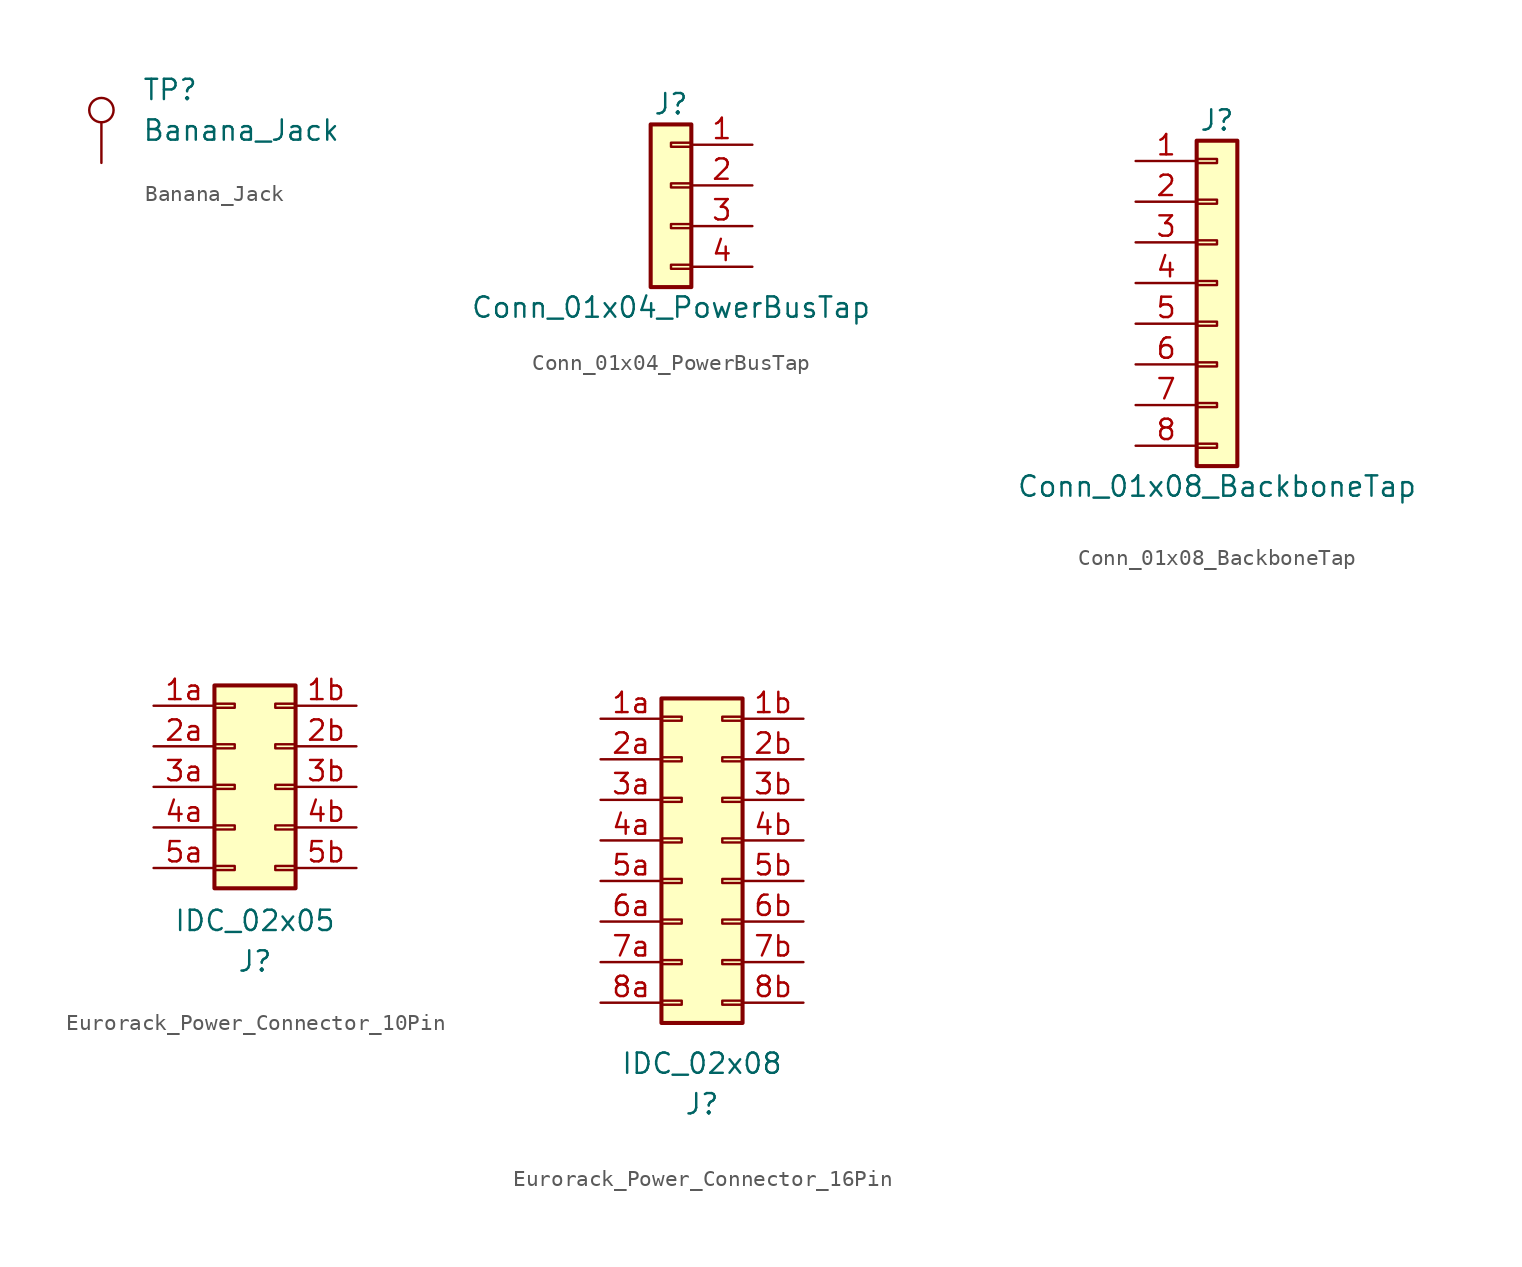
<source format=kicad_sym>
(kicad_symbol_lib
  (version 20231120)
  (generator "kicad_symbol_editor")
  (generator_version "8.0")
  (symbol "Banana_Jack"
    (pin_numbers hide)
    (pin_names
      (offset 0.762) hide)
    (property "Reference" "TP"
      (at 2.54 4.572 0)
      (effects (font (size 1.27 1.27)) (justify left)))
    (property "Value" "Banana_Jack"
      (at 2.54 2.032 0)
      (effects (font (size 1.27 1.27)) (justify left)))
    (symbol "Banana_Jack_0_1"
      (circle (center 0 3.302) (radius 0.762) (stroke (width 0) (type default)) (fill (type none))))
    (symbol "Banana_Jack_1_1"
      (pin passive line (at 0 0 90) (length 2.54) (name "1" (effects (font (size 1.27 1.27)))) (number "1" (effects (font (size 1.27 1.27)))))))
  (symbol "Conn_01x04_PowerBusTap"
    (pin_names
      (offset 1.016) hide)
    (property "Reference" "J"
      (at 0 5.08 0)
      (effects (font (size 1.27 1.27))))
    (property "Value" "Conn_01x04_PowerBusTap"
      (at 0 -7.62 0)
      (effects (font (size 1.27 1.27))))
    (symbol "Conn_01x04_PowerBusTap_1_1"
      (rectangle (start -1.27 -6.35) (end 1.27 3.81) (stroke (width 0.254) (type default)) (fill (type background)))
      (rectangle (start 0 -5.207) (end 1.27 -4.953) (stroke (width 0.152) (type default)) (fill (type none)))
      (rectangle (start 0 -2.667) (end 1.27 -2.413) (stroke (width 0.152) (type default)) (fill (type none)))
      (rectangle (start 0 -0.127) (end 1.27 0.127) (stroke (width 0.152) (type default)) (fill (type none)))
      (rectangle (start 0 2.413) (end 1.27 2.667) (stroke (width 0.152) (type default)) (fill (type none)))
      (pin power_out line (at 5.08 2.54 180) (length 3.81) (name "Pin_1" (effects (font (size 1.27 1.27)))) (number "1" (effects (font (size 1.27 1.27)))))
      (pin power_out line (at 5.08 0 180) (length 3.81) (name "Pin_2" (effects (font (size 1.27 1.27)))) (number "2" (effects (font (size 1.27 1.27)))))
      (pin power_out line (at 5.08 -2.54 180) (length 3.81) (name "Pin_3" (effects (font (size 1.27 1.27)))) (number "3" (effects (font (size 1.27 1.27)))))
      (pin power_out line (at 5.08 -5.08 180) (length 3.81) (name "Pin_4" (effects (font (size 1.27 1.27)))) (number "4" (effects (font (size 1.27 1.27)))))))
  (symbol "Conn_01x08_BackboneTap"
    (pin_names
      (offset 1.016) hide)
    (property "Reference" "J"
      (at 0 10.16 0)
      (effects (font (size 1.27 1.27))))
    (property "Value" "Conn_01x08_BackboneTap"
      (at 0 -12.7 0)
      (effects (font (size 1.27 1.27))))
    (symbol "Conn_01x08_BackboneTap_1_1"
      (rectangle (start -1.27 -10.033) (end 0 -10.287) (stroke (width 0.152) (type default)) (fill (type none)))
      (rectangle (start -1.27 -7.493) (end 0 -7.747) (stroke (width 0.152) (type default)) (fill (type none)))
      (rectangle (start -1.27 -4.953) (end 0 -5.207) (stroke (width 0.152) (type default)) (fill (type none)))
      (rectangle (start -1.27 -2.413) (end 0 -2.667) (stroke (width 0.152) (type default)) (fill (type none)))
      (rectangle (start -1.27 0.127) (end 0 -0.127) (stroke (width 0.152) (type default)) (fill (type none)))
      (rectangle (start -1.27 2.667) (end 0 2.413) (stroke (width 0.152) (type default)) (fill (type none)))
      (rectangle (start -1.27 5.207) (end 0 4.953) (stroke (width 0.152) (type default)) (fill (type none)))
      (rectangle (start -1.27 7.747) (end 0 7.493) (stroke (width 0.152) (type default)) (fill (type none)))
      (rectangle (start -1.27 8.89) (end 1.27 -11.43) (stroke (width 0.254) (type default)) (fill (type background)))
      (pin passive line (at -5.08 7.62 0) (length 3.81) (name "Pin_1" (effects (font (size 1.27 1.27)))) (number "1" (effects (font (size 1.27 1.27)))))
      (pin passive line (at -5.08 5.08 0) (length 3.81) (name "Pin_2" (effects (font (size 1.27 1.27)))) (number "2" (effects (font (size 1.27 1.27)))))
      (pin passive line (at -5.08 2.54 0) (length 3.81) (name "Pin_3" (effects (font (size 1.27 1.27)))) (number "3" (effects (font (size 1.27 1.27)))))
      (pin passive line (at -5.08 0 0) (length 3.81) (name "Pin_4" (effects (font (size 1.27 1.27)))) (number "4" (effects (font (size 1.27 1.27)))))
      (pin passive line (at -5.08 -2.54 0) (length 3.81) (name "Pin_5" (effects (font (size 1.27 1.27)))) (number "5" (effects (font (size 1.27 1.27)))))
      (pin passive line (at -5.08 -5.08 0) (length 3.81) (name "Pin_6" (effects (font (size 1.27 1.27)))) (number "6" (effects (font (size 1.27 1.27)))))
      (pin passive line (at -5.08 -7.62 0) (length 3.81) (name "Pin_7" (effects (font (size 1.27 1.27)))) (number "7" (effects (font (size 1.27 1.27)))))
      (pin passive line (at -5.08 -10.16 0) (length 3.81) (name "Pin_8" (effects (font (size 1.27 1.27)))) (number "8" (effects (font (size 1.27 1.27)))))))
  (symbol "Eurorack_Power_Connector_10Pin"
    (pin_names
      (offset 1.016) hide)
    (property "Reference" "J"
      (at 0 -10.922 0)
      (effects (font (size 1.27 1.27))))
    (property "Value" "IDC_02x05"
      (at 0 -8.382 0)
      (effects (font (size 1.27 1.27))))
    (symbol "Eurorack_Power_Connector_10Pin_1_1"
      (rectangle (start -2.54 -4.953) (end -1.27 -5.207) (stroke (width 0.152) (type default)) (fill (type none)))
      (rectangle (start -2.54 -2.413) (end -1.27 -2.667) (stroke (width 0.152) (type default)) (fill (type none)))
      (rectangle (start -2.54 0.127) (end -1.27 -0.127) (stroke (width 0.152) (type default)) (fill (type none)))
      (rectangle (start -2.54 2.667) (end -1.27 2.413) (stroke (width 0.152) (type default)) (fill (type none)))
      (rectangle (start -2.54 5.207) (end -1.27 4.953) (stroke (width 0.152) (type default)) (fill (type none)))
      (rectangle (start -2.54 6.35) (end 2.54 -6.35) (stroke (width 0.254) (type default)) (fill (type background)))
      (rectangle (start 2.54 -4.953) (end 1.27 -5.207) (stroke (width 0.152) (type default)) (fill (type none)))
      (rectangle (start 2.54 -2.413) (end 1.27 -2.667) (stroke (width 0.152) (type default)) (fill (type none)))
      (rectangle (start 2.54 0.127) (end 1.27 -0.127) (stroke (width 0.152) (type default)) (fill (type none)))
      (rectangle (start 2.54 2.667) (end 1.27 2.413) (stroke (width 0.152) (type default)) (fill (type none)))
      (rectangle (start 2.54 5.207) (end 1.27 4.953) (stroke (width 0.152) (type default)) (fill (type none)))
      (pin power_out line (at -6.35 5.08 0) (length 3.81) (name "Pin_1a" (effects (font (size 1.27 1.27)))) (number "1a" (effects (font (size 1.27 1.27)))))
      (pin passive line (at 6.35 5.08 180) (length 3.81) (name "Pin_1b" (effects (font (size 1.27 1.27)))) (number "1b" (effects (font (size 1.27 1.27)))))
      (pin power_out line (at -6.35 2.54 0) (length 3.81) (name "Pin_2a" (effects (font (size 1.27 1.27)))) (number "2a" (effects (font (size 1.27 1.27)))))
      (pin passive line (at 6.35 2.54 180) (length 3.81) (name "Pin_2b" (effects (font (size 1.27 1.27)))) (number "2b" (effects (font (size 1.27 1.27)))))
      (pin passive line (at -6.35 0 0) (length 3.81) (name "Pin_3a" (effects (font (size 1.27 1.27)))) (number "3a" (effects (font (size 1.27 1.27)))))
      (pin passive line (at 6.35 0 180) (length 3.81) (name "Pin_3b" (effects (font (size 1.27 1.27)))) (number "3b" (effects (font (size 1.27 1.27)))))
      (pin passive line (at -6.35 -2.54 0) (length 3.81) (name "Pin_4a" (effects (font (size 1.27 1.27)))) (number "4a" (effects (font (size 1.27 1.27)))))
      (pin passive line (at 6.35 -2.54 180) (length 3.81) (name "Pin_4b" (effects (font (size 1.27 1.27)))) (number "4b" (effects (font (size 1.27 1.27)))))
      (pin power_out line (at -6.35 -5.08 0) (length 3.81) (name "Pin_5a" (effects (font (size 1.27 1.27)))) (number "5a" (effects (font (size 1.27 1.27)))))
      (pin passive line (at 6.35 -5.08 180) (length 3.81) (name "Pin_5b" (effects (font (size 1.27 1.27)))) (number "5b" (effects (font (size 1.27 1.27)))))))
  (symbol "Eurorack_Power_Connector_16Pin"
    (pin_names
      (offset 1.016) hide)
    (property "Reference" "J"
      (at 1.27 -16.51 0)
      (effects (font (size 1.27 1.27))))
    (property "Value" "IDC_02x08"
      (at 1.27 -13.97 0)
      (effects (font (size 1.27 1.27))))
    (symbol "Eurorack_Power_Connector_16Pin_1_1"
      (rectangle (start -1.27 -10.033) (end 0 -10.287) (stroke (width 0.152) (type default)) (fill (type none)))
      (rectangle (start -1.27 -7.493) (end 0 -7.747) (stroke (width 0.152) (type default)) (fill (type none)))
      (rectangle (start -1.27 -4.953) (end 0 -5.207) (stroke (width 0.152) (type default)) (fill (type none)))
      (rectangle (start -1.27 -2.413) (end 0 -2.667) (stroke (width 0.152) (type default)) (fill (type none)))
      (rectangle (start -1.27 0.127) (end 0 -0.127) (stroke (width 0.152) (type default)) (fill (type none)))
      (rectangle (start -1.27 2.667) (end 0 2.413) (stroke (width 0.152) (type default)) (fill (type none)))
      (rectangle (start -1.27 5.207) (end 0 4.953) (stroke (width 0.152) (type default)) (fill (type none)))
      (rectangle (start -1.27 7.747) (end 0 7.493) (stroke (width 0.152) (type default)) (fill (type none)))
      (rectangle (start -1.27 8.89) (end 3.81 -11.43) (stroke (width 0.254) (type default)) (fill (type background)))
      (rectangle (start 3.81 -10.033) (end 2.54 -10.287) (stroke (width 0.152) (type default)) (fill (type none)))
      (rectangle (start 3.81 -7.493) (end 2.54 -7.747) (stroke (width 0.152) (type default)) (fill (type none)))
      (rectangle (start 3.81 -4.953) (end 2.54 -5.207) (stroke (width 0.152) (type default)) (fill (type none)))
      (rectangle (start 3.81 -2.413) (end 2.54 -2.667) (stroke (width 0.152) (type default)) (fill (type none)))
      (rectangle (start 3.81 0.127) (end 2.54 -0.127) (stroke (width 0.152) (type default)) (fill (type none)))
      (rectangle (start 3.81 2.667) (end 2.54 2.413) (stroke (width 0.152) (type default)) (fill (type none)))
      (rectangle (start 3.81 5.207) (end 2.54 4.953) (stroke (width 0.152) (type default)) (fill (type none)))
      (rectangle (start 3.81 7.747) (end 2.54 7.493) (stroke (width 0.152) (type default)) (fill (type none)))
      (pin power_out line (at -5.08 7.62 0) (length 3.81) (name "Pin_1a" (effects (font (size 1.27 1.27)))) (number "1a" (effects (font (size 1.27 1.27)))))
      (pin passive line (at 7.62 7.62 180) (length 3.81) (name "Pin_1b" (effects (font (size 1.27 1.27)))) (number "1b" (effects (font (size 1.27 1.27)))))
      (pin power_out line (at -5.08 5.08 0) (length 3.81) (name "Pin_2a" (effects (font (size 1.27 1.27)))) (number "2a" (effects (font (size 1.27 1.27)))))
      (pin passive line (at 7.62 5.08 180) (length 3.81) (name "Pin_2b" (effects (font (size 1.27 1.27)))) (number "2b" (effects (font (size 1.27 1.27)))))
      (pin passive line (at -5.08 2.54 0) (length 3.81) (name "Pin_3a" (effects (font (size 1.27 1.27)))) (number "3a" (effects (font (size 1.27 1.27)))))
      (pin passive line (at 7.62 2.54 180) (length 3.81) (name "Pin_3b" (effects (font (size 1.27 1.27)))) (number "3b" (effects (font (size 1.27 1.27)))))
      (pin passive line (at -5.08 0 0) (length 3.81) (name "Pin_4a" (effects (font (size 1.27 1.27)))) (number "4a" (effects (font (size 1.27 1.27)))))
      (pin passive line (at 7.62 0 180) (length 3.81) (name "Pin_4b" (effects (font (size 1.27 1.27)))) (number "4b" (effects (font (size 1.27 1.27)))))
      (pin power_out line (at -5.08 -2.54 0) (length 3.81) (name "Pin_5a" (effects (font (size 1.27 1.27)))) (number "5a" (effects (font (size 1.27 1.27)))))
      (pin passive line (at 7.62 -2.54 180) (length 3.81) (name "Pin_5b" (effects (font (size 1.27 1.27)))) (number "5b" (effects (font (size 1.27 1.27)))))
      (pin power_out line (at -5.08 -5.08 0) (length 3.81) (name "Pin_6a" (effects (font (size 1.27 1.27)))) (number "6a" (effects (font (size 1.27 1.27)))))
      (pin passive line (at 7.62 -5.08 180) (length 3.81) (name "Pin_6b" (effects (font (size 1.27 1.27)))) (number "6b" (effects (font (size 1.27 1.27)))))
      (pin passive line (at -5.08 -7.62 0) (length 3.81) (name "Pin_7a" (effects (font (size 1.27 1.27)))) (number "7a" (effects (font (size 1.27 1.27)))))
      (pin passive line (at 7.62 -7.62 180) (length 3.81) (name "Pin_7b" (effects (font (size 1.27 1.27)))) (number "7b" (effects (font (size 1.27 1.27)))))
      (pin passive line (at -5.08 -10.16 0) (length 3.81) (name "Pin_8a" (effects (font (size 1.27 1.27)))) (number "8a" (effects (font (size 1.27 1.27)))))
      (pin passive line (at 7.62 -10.16 180) (length 3.81) (name "Pin_8b" (effects (font (size 1.27 1.27)))) (number "8b" (effects (font (size 1.27 1.27))))))))
</source>
